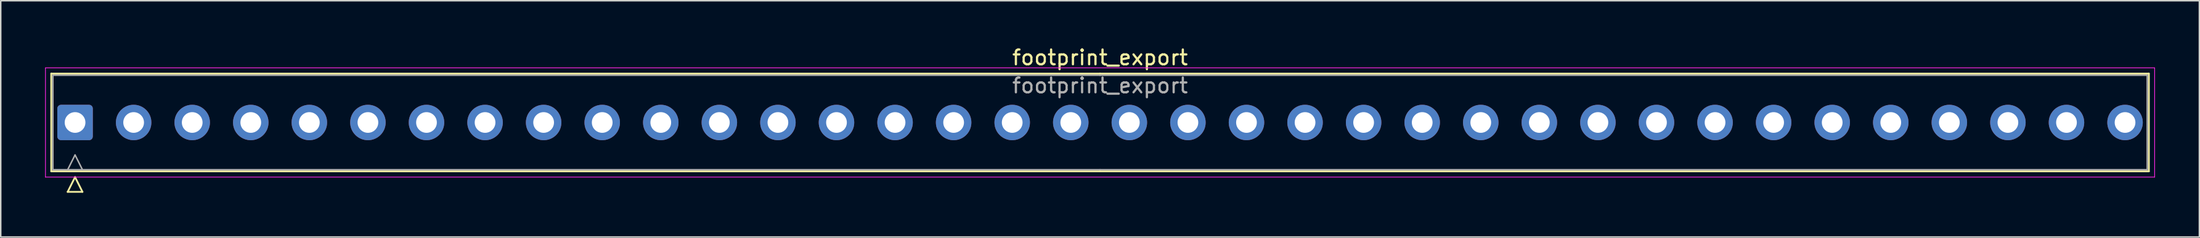
<source format=kicad_pcb>
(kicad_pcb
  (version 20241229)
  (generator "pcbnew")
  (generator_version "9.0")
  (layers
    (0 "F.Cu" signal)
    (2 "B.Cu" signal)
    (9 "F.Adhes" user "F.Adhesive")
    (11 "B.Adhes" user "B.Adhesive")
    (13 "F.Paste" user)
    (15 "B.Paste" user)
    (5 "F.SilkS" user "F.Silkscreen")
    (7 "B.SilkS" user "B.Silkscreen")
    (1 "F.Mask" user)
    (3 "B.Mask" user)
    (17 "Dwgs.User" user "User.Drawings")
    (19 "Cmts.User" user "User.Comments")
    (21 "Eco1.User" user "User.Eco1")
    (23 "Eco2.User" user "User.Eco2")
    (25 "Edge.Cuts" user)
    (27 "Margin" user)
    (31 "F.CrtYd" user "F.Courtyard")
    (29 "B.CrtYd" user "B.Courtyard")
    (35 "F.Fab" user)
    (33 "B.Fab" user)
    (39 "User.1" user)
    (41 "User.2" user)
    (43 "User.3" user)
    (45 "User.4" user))
  (footprint "footprint_export"
    (layer "F.Cu")
    (at 2.025 5.248)
    (property "Reference" "footprint_export" (at 69.3 -4.4 0) (layer "F.SilkS") (effects (font (size 1 1) (thickness 0.15))))
    (attr through_hole)
    (fp_line (start -1.61 -3.31) (end -1.61 3.31) (stroke (width 0.12) (type solid)) (layer "F.SilkS"))
    (fp_line (start -1.61 3.31) (end 69.3 3.31) (stroke (width 0.12) (type solid)) (layer "F.SilkS"))
    (fp_line (start -0.5 4.7) (end 0 3.7) (stroke (width 0.12) (type solid)) (layer "F.SilkS"))
    (fp_line (start 0 3.7) (end 0.5 4.7) (stroke (width 0.12) (type solid)) (layer "F.SilkS"))
    (fp_line (start 0.5 4.7) (end -0.5 4.7) (stroke (width 0.12) (type solid)) (layer "F.SilkS"))
    (fp_line (start 69.3 -3.31) (end -1.61 -3.31) (stroke (width 0.12) (type solid)) (layer "F.SilkS"))
    (fp_line (start 69.3 -3.31) (end 140.21 -3.31) (stroke (width 0.12) (type solid)) (layer "F.SilkS"))
    (fp_line (start 140.21 -3.31) (end 140.21 3.31) (stroke (width 0.12) (type solid)) (layer "F.SilkS"))
    (fp_line (start 140.21 3.31) (end 69.3 3.31) (stroke (width 0.12) (type solid)) (layer "F.SilkS"))
    (fp_line (start -2 -3.7) (end -2 3.7) (stroke (width 0.05) (type solid)) (layer "F.CrtYd"))
    (fp_line (start -2 3.7) (end 140.6 3.7) (stroke (width 0.05) (type solid)) (layer "F.CrtYd"))
    (fp_line (start 140.6 -3.7) (end -2 -3.7) (stroke (width 0.05) (type solid)) (layer "F.CrtYd"))
    (fp_line (start 140.6 3.7) (end 140.6 -3.7) (stroke (width 0.05) (type solid)) (layer "F.CrtYd"))
    (fp_line (start -1.5 -3.2) (end -1.5 3.2) (stroke (width 0.1) (type solid)) (layer "F.Fab"))
    (fp_line (start -1.5 3.2) (end 69.3 3.2) (stroke (width 0.1) (type solid)) (layer "F.Fab"))
    (fp_line (start -0.5 3.2) (end 0 2.2) (stroke (width 0.1) (type solid)) (layer "F.Fab"))
    (fp_line (start 0 2.2) (end 0.5 3.2) (stroke (width 0.1) (type solid)) (layer "F.Fab"))
    (fp_line (start 69.3 -3.2) (end -1.5 -3.2) (stroke (width 0.1) (type solid)) (layer "F.Fab"))
    (fp_line (start 69.3 -3.2) (end 140.1 -3.2) (stroke (width 0.1) (type solid)) (layer "F.Fab"))
    (fp_line (start 140.1 -3.2) (end 140.1 3.2) (stroke (width 0.1) (type solid)) (layer "F.Fab"))
    (fp_line (start 140.1 3.2) (end 69.3 3.2) (stroke (width 0.1) (type solid)) (layer "F.Fab"))
    (fp_text user "${REFERENCE}" (at 69.3 -2.5 0) (layer "F.Fab") (effects (font (size 1 1) (thickness 0.15))))
    (pad "1" thru_hole roundrect (at 0 0) (size 2.4 2.4) (drill 1.4) (layers "*.Cu" "*.Mask") (roundrect_rratio 0.104))
    (pad "2" thru_hole circle (at 3.96 0) (size 2.4 2.4) (drill 1.4) (layers "*.Cu" "*.Mask"))
    (pad "3" thru_hole circle (at 7.92 0) (size 2.4 2.4) (drill 1.4) (layers "*.Cu" "*.Mask"))
    (pad "4" thru_hole circle (at 11.88 0) (size 2.4 2.4) (drill 1.4) (layers "*.Cu" "*.Mask"))
    (pad "5" thru_hole circle (at 15.84 0) (size 2.4 2.4) (drill 1.4) (layers "*.Cu" "*.Mask"))
    (pad "6" thru_hole circle (at 19.8 0) (size 2.4 2.4) (drill 1.4) (layers "*.Cu" "*.Mask"))
    (pad "7" thru_hole circle (at 23.76 0) (size 2.4 2.4) (drill 1.4) (layers "*.Cu" "*.Mask"))
    (pad "8" thru_hole circle (at 27.72 0) (size 2.4 2.4) (drill 1.4) (layers "*.Cu" "*.Mask"))
    (pad "9" thru_hole circle (at 31.68 0) (size 2.4 2.4) (drill 1.4) (layers "*.Cu" "*.Mask"))
    (pad "10" thru_hole circle (at 35.64 0) (size 2.4 2.4) (drill 1.4) (layers "*.Cu" "*.Mask"))
    (pad "11" thru_hole circle (at 39.6 0) (size 2.4 2.4) (drill 1.4) (layers "*.Cu" "*.Mask"))
    (pad "12" thru_hole circle (at 43.56 0) (size 2.4 2.4) (drill 1.4) (layers "*.Cu" "*.Mask"))
    (pad "13" thru_hole circle (at 47.52 0) (size 2.4 2.4) (drill 1.4) (layers "*.Cu" "*.Mask"))
    (pad "14" thru_hole circle (at 51.48 0) (size 2.4 2.4) (drill 1.4) (layers "*.Cu" "*.Mask"))
    (pad "15" thru_hole circle (at 55.44 0) (size 2.4 2.4) (drill 1.4) (layers "*.Cu" "*.Mask"))
    (pad "16" thru_hole circle (at 59.4 0) (size 2.4 2.4) (drill 1.4) (layers "*.Cu" "*.Mask"))
    (pad "17" thru_hole circle (at 63.36 0) (size 2.4 2.4) (drill 1.4) (layers "*.Cu" "*.Mask"))
    (pad "18" thru_hole circle (at 67.32 0) (size 2.4 2.4) (drill 1.4) (layers "*.Cu" "*.Mask"))
    (pad "19" thru_hole circle (at 71.28 0) (size 2.4 2.4) (drill 1.4) (layers "*.Cu" "*.Mask"))
    (pad "20" thru_hole circle (at 75.24 0) (size 2.4 2.4) (drill 1.4) (layers "*.Cu" "*.Mask"))
    (pad "21" thru_hole circle (at 79.2 0) (size 2.4 2.4) (drill 1.4) (layers "*.Cu" "*.Mask"))
    (pad "22" thru_hole circle (at 83.16 0) (size 2.4 2.4) (drill 1.4) (layers "*.Cu" "*.Mask"))
    (pad "23" thru_hole circle (at 87.12 0) (size 2.4 2.4) (drill 1.4) (layers "*.Cu" "*.Mask"))
    (pad "24" thru_hole circle (at 91.08 0) (size 2.4 2.4) (drill 1.4) (layers "*.Cu" "*.Mask"))
    (pad "25" thru_hole circle (at 95.04 0) (size 2.4 2.4) (drill 1.4) (layers "*.Cu" "*.Mask"))
    (pad "26" thru_hole circle (at 99 0) (size 2.4 2.4) (drill 1.4) (layers "*.Cu" "*.Mask"))
    (pad "27" thru_hole circle (at 102.96 0) (size 2.4 2.4) (drill 1.4) (layers "*.Cu" "*.Mask"))
    (pad "28" thru_hole circle (at 106.92 0) (size 2.4 2.4) (drill 1.4) (layers "*.Cu" "*.Mask"))
    (pad "29" thru_hole circle (at 110.88 0) (size 2.4 2.4) (drill 1.4) (layers "*.Cu" "*.Mask"))
    (pad "30" thru_hole circle (at 114.84 0) (size 2.4 2.4) (drill 1.4) (layers "*.Cu" "*.Mask"))
    (pad "31" thru_hole circle (at 118.8 0) (size 2.4 2.4) (drill 1.4) (layers "*.Cu" "*.Mask"))
    (pad "32" thru_hole circle (at 122.76 0) (size 2.4 2.4) (drill 1.4) (layers "*.Cu" "*.Mask"))
    (pad "33" thru_hole circle (at 126.72 0) (size 2.4 2.4) (drill 1.4) (layers "*.Cu" "*.Mask"))
    (pad "34" thru_hole circle (at 130.68 0) (size 2.4 2.4) (drill 1.4) (layers "*.Cu" "*.Mask"))
    (pad "35" thru_hole circle (at 134.64 0) (size 2.4 2.4) (drill 1.4) (layers "*.Cu" "*.Mask"))
    (pad "36" thru_hole circle (at 138.6 0) (size 2.4 2.4) (drill 1.4) (layers "*.Cu" "*.Mask")))
  (gr_rect
    (start -3 -3)
    (end 145.65 13.008)
    (stroke (width 0.1) (type default))
    (fill no)
    (layer "Edge.Cuts")))
</source>
